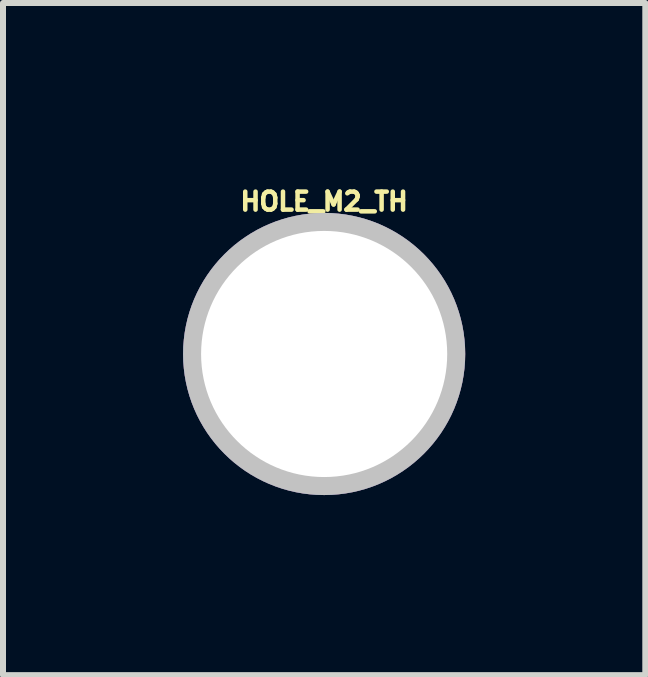
<source format=kicad_pcb>
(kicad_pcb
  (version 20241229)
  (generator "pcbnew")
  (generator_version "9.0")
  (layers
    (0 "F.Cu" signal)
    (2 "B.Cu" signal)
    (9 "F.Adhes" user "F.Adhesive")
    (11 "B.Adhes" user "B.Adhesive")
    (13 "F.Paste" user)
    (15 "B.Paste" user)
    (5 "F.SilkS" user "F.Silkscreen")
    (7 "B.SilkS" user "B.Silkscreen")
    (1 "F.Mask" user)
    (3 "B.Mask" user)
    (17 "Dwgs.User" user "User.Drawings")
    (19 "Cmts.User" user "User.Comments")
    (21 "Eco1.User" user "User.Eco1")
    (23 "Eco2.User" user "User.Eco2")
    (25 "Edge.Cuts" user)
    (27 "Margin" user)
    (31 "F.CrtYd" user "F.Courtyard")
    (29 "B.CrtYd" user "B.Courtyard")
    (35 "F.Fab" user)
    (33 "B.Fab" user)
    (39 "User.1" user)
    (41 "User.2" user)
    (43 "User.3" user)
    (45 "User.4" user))
  (footprint "HOLE_M2_TH"
    (layer "F.Cu")
    (at 2.35 2.847)
    (property "Reference" "HOLE_M2_TH" (at 0 -2.54 0) (layer "F.SilkS") (effects (font (size 0.3 0.3) (thickness 0.076))))
    (attr through_hole)
    (pad "" thru_hole circle (at 0 0 90) (size 4.7 4.7) (drill 4.1) (layers "*.Cu" "*.Mask" "Dwgs.User")))
  (gr_rect
    (start -3 -3)
    (end 7.7 8.197)
    (stroke (width 0.1) (type default))
    (fill no)
    (layer "Edge.Cuts")))
</source>
